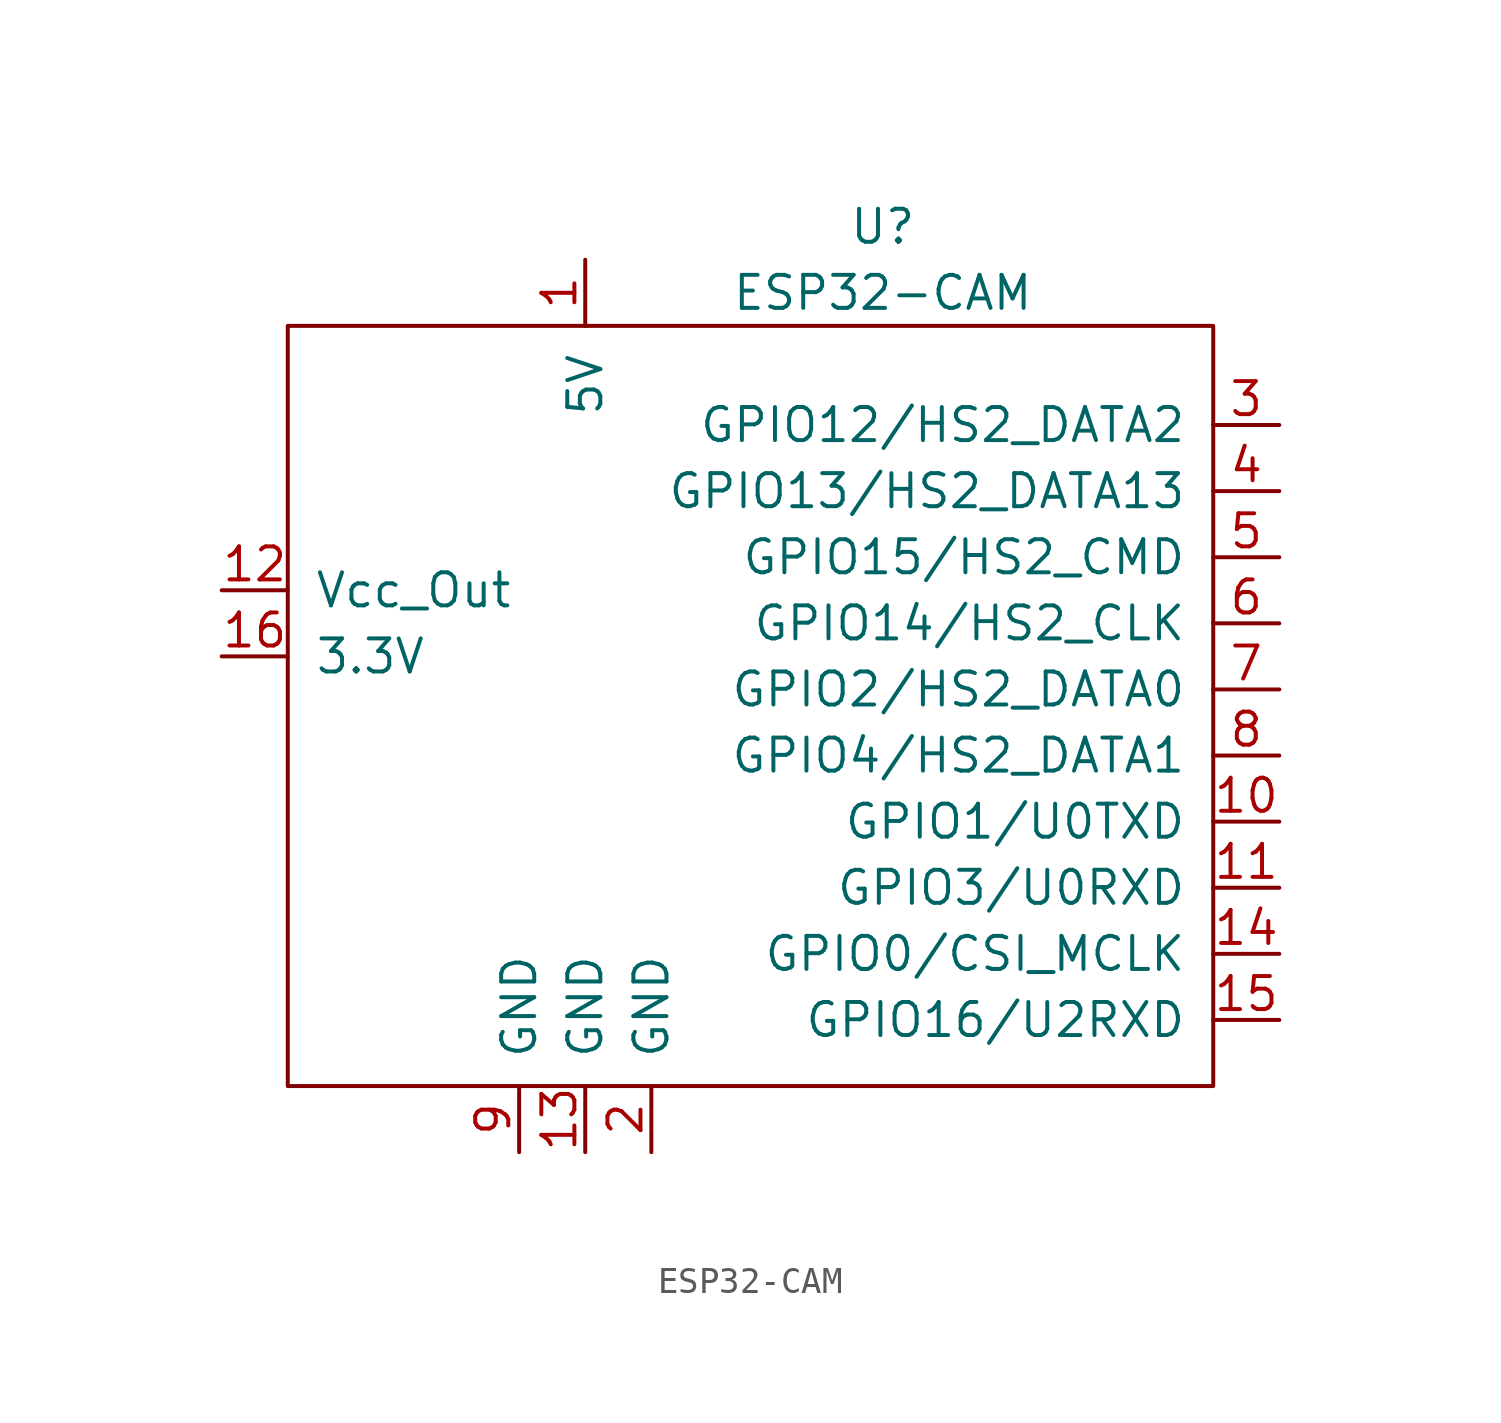
<source format=kicad_sym>
(kicad_symbol_lib
  (version 20220914)
  (generator kicad_symbol_editor)
  (symbol "ESP32-CAM"
    (pin_names
      (offset 1.016))
    (property "Reference" "U"
      (at 11.43 6.35 0)
      (effects (font (size 1.27 1.27))))
    (property "Value" "ESP32-CAM"
      (at 11.43 3.81 0)
      (effects (font (size 1.27 1.27))))
    (symbol "ESP32-CAM_0_1"
      (rectangle (start 24.13 2.54) (end -11.43 -26.67) (stroke (width 0) (type default)) (fill (type none))))
    (symbol "ESP32-CAM_1_1"
      (pin power_in line (at 0 5.08 270) (length 2.54) (name "5V" (effects (font (size 1.27 1.27)))) (number "1" (effects (font (size 1.27 1.27)))))
      (pin bidirectional line (at 26.67 -16.51 180) (length 2.54) (name "GPIO1/U0TXD" (effects (font (size 1.27 1.27)))) (number "10" (effects (font (size 1.27 1.27)))))
      (pin bidirectional line (at 26.67 -19.05 180) (length 2.54) (name "GPIO3/U0RXD" (effects (font (size 1.27 1.27)))) (number "11" (effects (font (size 1.27 1.27)))))
      (pin power_out line (at -13.97 -7.62 0) (length 2.54) (name "Vcc_Out" (effects (font (size 1.27 1.27)))) (number "12" (effects (font (size 1.27 1.27)))))
      (pin power_in line (at 0 -29.21 90) (length 2.54) (name "GND" (effects (font (size 1.27 1.27)))) (number "13" (effects (font (size 1.27 1.27)))))
      (pin bidirectional line (at 26.67 -21.59 180) (length 2.54) (name "GPIO0/CSI_MCLK" (effects (font (size 1.27 1.27)))) (number "14" (effects (font (size 1.27 1.27)))))
      (pin bidirectional line (at 26.67 -24.13 180) (length 2.54) (name "GPIO16/U2RXD" (effects (font (size 1.27 1.27)))) (number "15" (effects (font (size 1.27 1.27)))))
      (pin power_out line (at -13.97 -10.16 0) (length 2.54) (name "3.3V" (effects (font (size 1.27 1.27)))) (number "16" (effects (font (size 1.27 1.27)))))
      (pin power_in line (at 2.54 -29.21 90) (length 2.54) (name "GND" (effects (font (size 1.27 1.27)))) (number "2" (effects (font (size 1.27 1.27)))))
      (pin bidirectional line (at 26.67 -1.27 180) (length 2.54) (name "GPIO12/HS2_DATA2" (effects (font (size 1.27 1.27)))) (number "3" (effects (font (size 1.27 1.27)))))
      (pin bidirectional line (at 26.67 -3.81 180) (length 2.54) (name "GPIO13/HS2_DATA13" (effects (font (size 1.27 1.27)))) (number "4" (effects (font (size 1.27 1.27)))))
      (pin bidirectional line (at 26.67 -6.35 180) (length 2.54) (name "GPIO15/HS2_CMD" (effects (font (size 1.27 1.27)))) (number "5" (effects (font (size 1.27 1.27)))))
      (pin bidirectional line (at 26.67 -8.89 180) (length 2.54) (name "GPIO14/HS2_CLK" (effects (font (size 1.27 1.27)))) (number "6" (effects (font (size 1.27 1.27)))))
      (pin bidirectional line (at 26.67 -11.43 180) (length 2.54) (name "GPIO2/HS2_DATA0" (effects (font (size 1.27 1.27)))) (number "7" (effects (font (size 1.27 1.27)))))
      (pin bidirectional line (at 26.67 -13.97 180) (length 2.54) (name "GPIO4/HS2_DATA1" (effects (font (size 1.27 1.27)))) (number "8" (effects (font (size 1.27 1.27)))))
      (pin power_in line (at -2.54 -29.21 90) (length 2.54) (name "GND" (effects (font (size 1.27 1.27)))) (number "9" (effects (font (size 1.27 1.27))))))))
</source>
